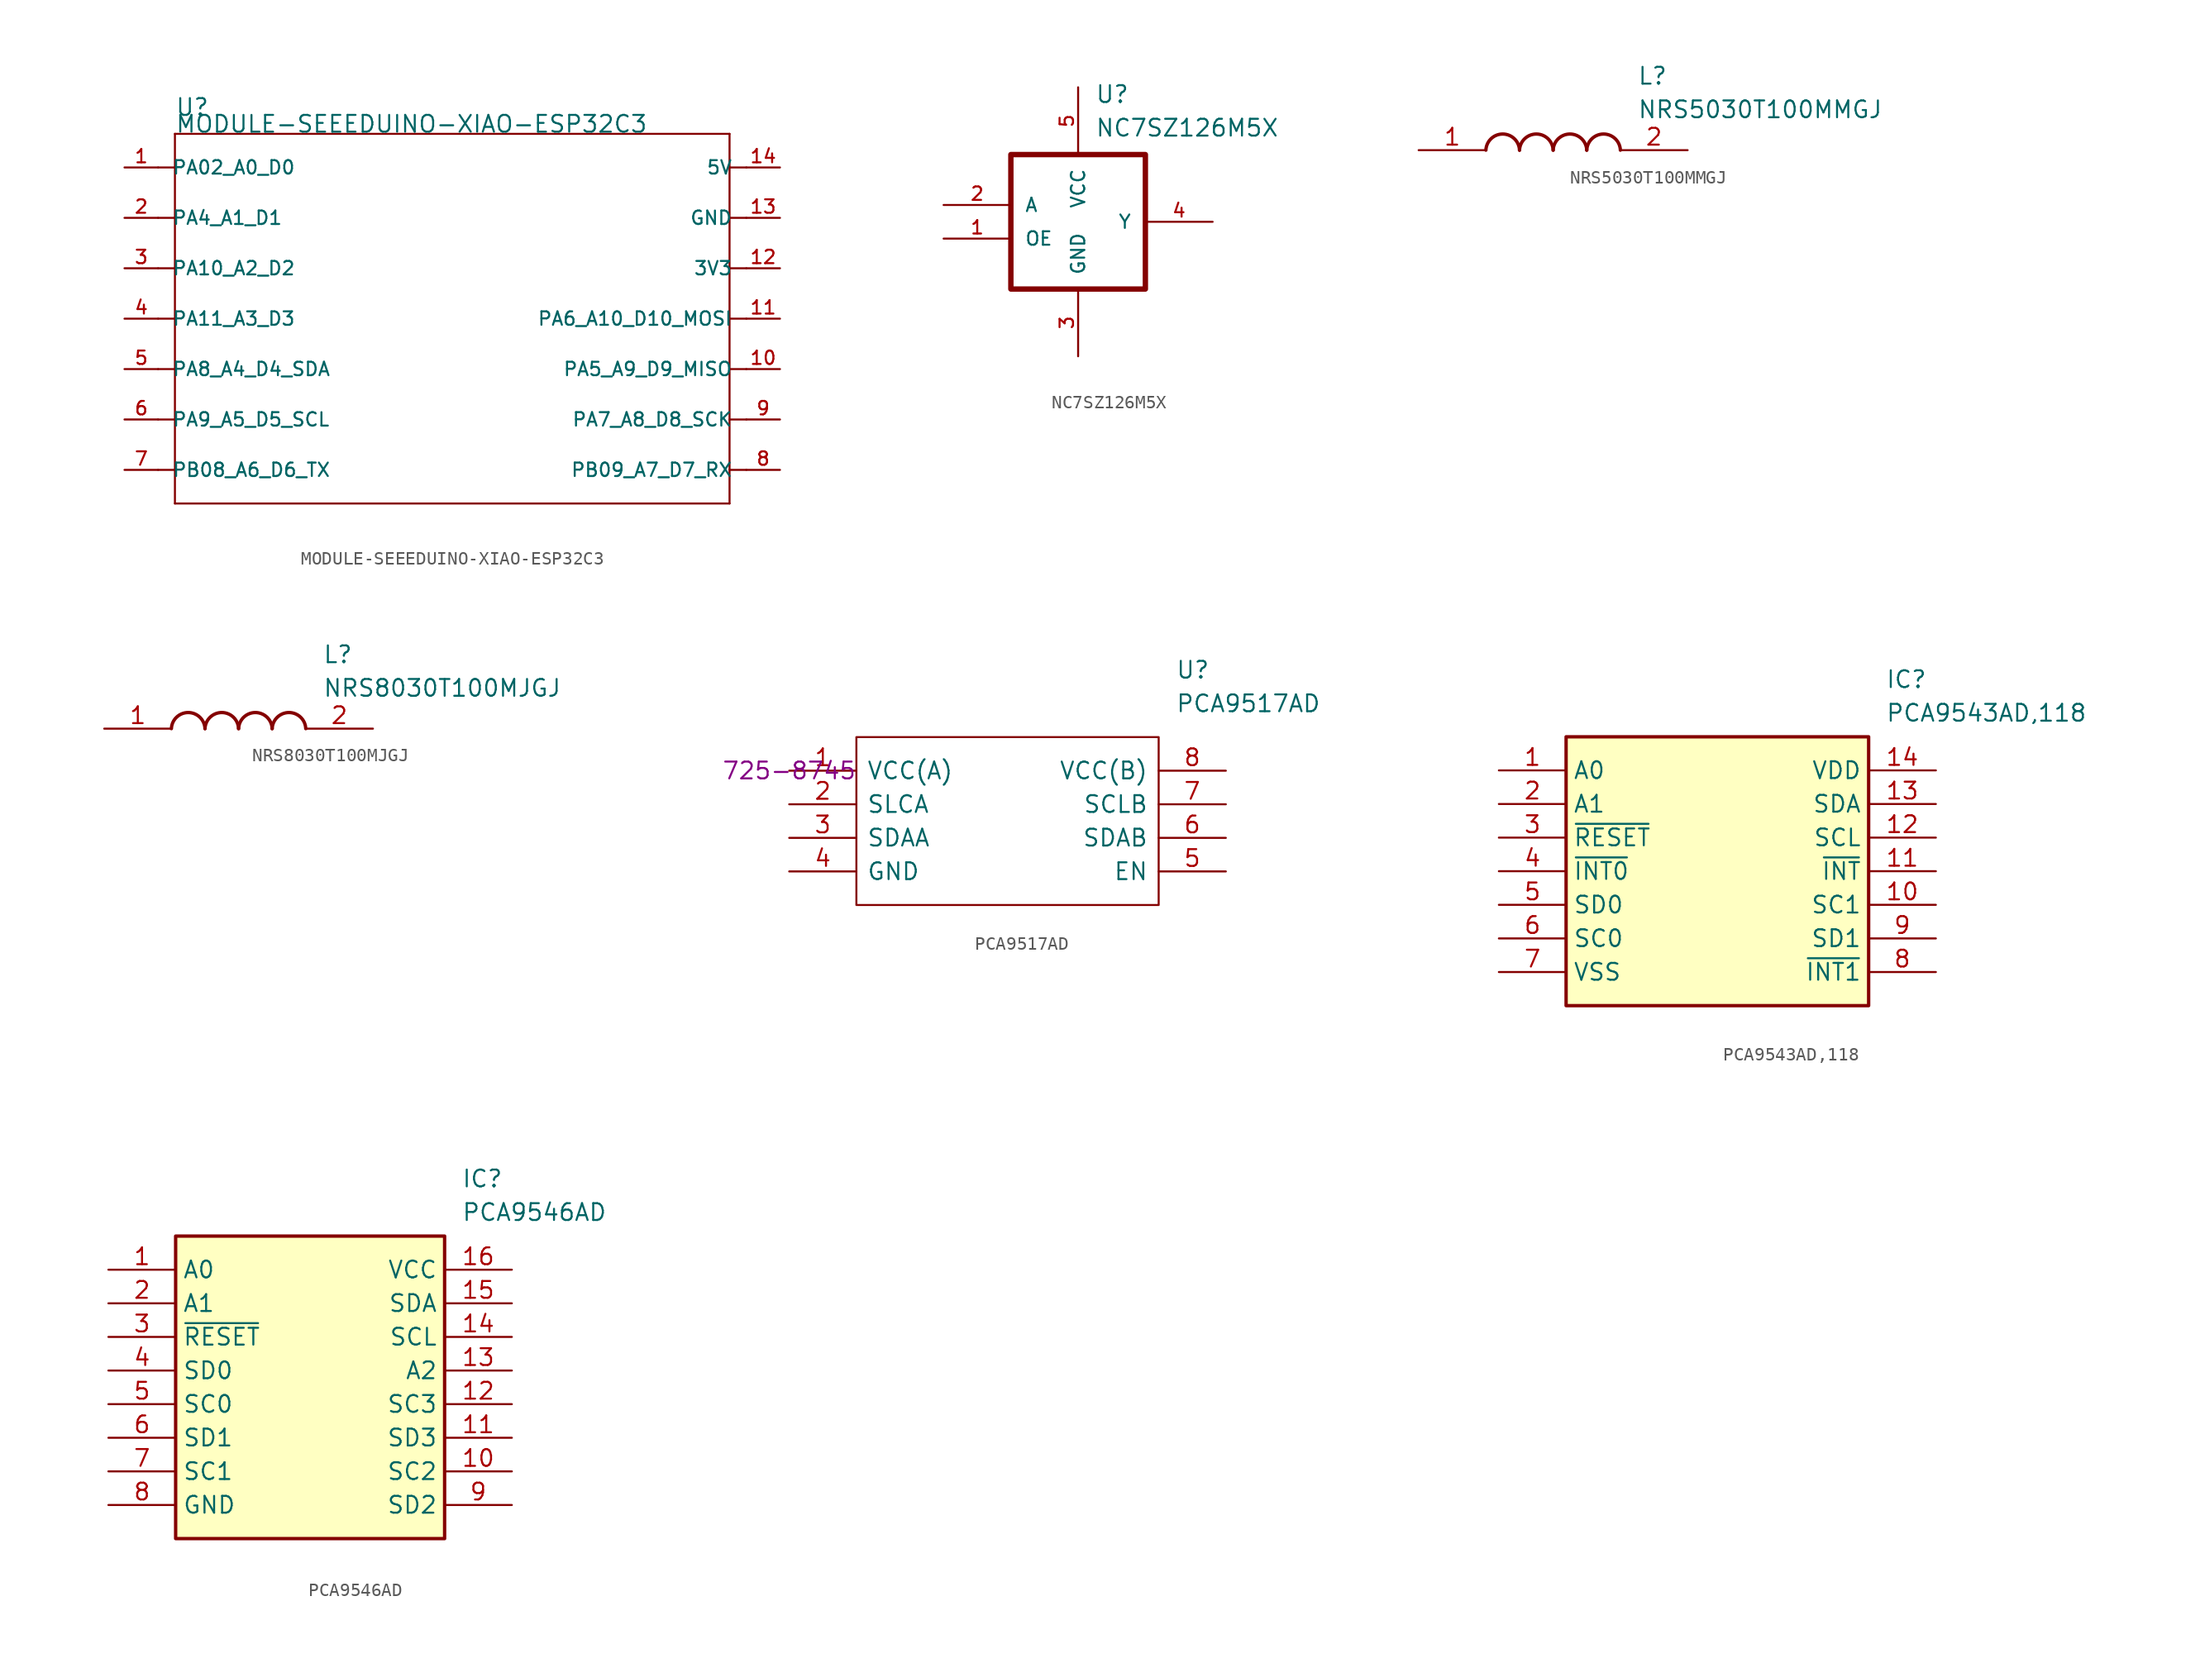
<source format=kicad_sym>
(kicad_symbol_lib
  (version 20231120)
  (generator "kicad_symbol_editor")
  (generator_version "8.0")
  (symbol "MODULE-SEEEDUINO-XIAO-ESP32C3"
    (pin_names
      (offset 1.016))
    (property "Reference" "U"
      (at -21.59 15.24 0)
      (effects (font (size 1.27 1.27)) (justify bottom left)))
    (property "Value" "MODULE-SEEEDUINO-XIAO-ESP32C3"
      (at -21.59 13.97 0)
      (effects (font (size 1.27 1.27)) (justify bottom left)))
    (symbol "MODULE-SEEEDUINO-XIAO-ESP32C3_0_0"
      (polyline (pts (xy -21.59 13.97) (xy 20.32 13.97)) (stroke (width 0.152)))
      (polyline (pts (xy 20.32 13.97) (xy 20.32 11.43)) (stroke (width 0.152)))
      (polyline (pts (xy 20.32 11.43) (xy 20.32 7.62)) (stroke (width 0.152)))
      (polyline (pts (xy 20.32 7.62) (xy 20.32 3.81)) (stroke (width 0.152)))
      (polyline (pts (xy 20.32 3.81) (xy 20.32 -13.97)) (stroke (width 0.152)))
      (polyline (pts (xy 20.32 -13.97) (xy -21.59 -13.97)) (stroke (width 0.152)))
      (polyline (pts (xy -21.59 -13.97) (xy -21.59 0.0)) (stroke (width 0.152)))
      (polyline (pts (xy -21.59 0.0) (xy -21.59 3.81)) (stroke (width 0.152)))
      (polyline (pts (xy -21.59 3.81) (xy -21.59 7.62)) (stroke (width 0.152)))
      (polyline (pts (xy -21.59 7.62) (xy -21.59 11.43)) (stroke (width 0.152)))
      (polyline (pts (xy -21.59 11.43) (xy -21.59 13.97)) (stroke (width 0.152)))
      (polyline (pts (xy -21.59 11.43) (xy -22.86 11.43)) (stroke (width 0.152)))
      (polyline (pts (xy -21.59 7.62) (xy -22.86 7.62)) (stroke (width 0.152)))
      (polyline (pts (xy -21.59 3.81) (xy -22.86 3.81)) (stroke (width 0.152)))
      (polyline (pts (xy -21.59 0.0) (xy -22.86 0.0)) (stroke (width 0.152)))
      (polyline (pts (xy -21.59 -3.81) (xy -22.86 -3.81)) (stroke (width 0.152)))
      (polyline (pts (xy -21.59 -7.62) (xy -22.86 -7.62)) (stroke (width 0.152)))
      (polyline (pts (xy -21.59 -11.43) (xy -22.86 -11.43)) (stroke (width 0.152)))
      (polyline (pts (xy 21.59 0.0) (xy 20.32 0.0)) (stroke (width 0.152)))
      (polyline (pts (xy 21.59 -3.81) (xy 20.32 -3.81)) (stroke (width 0.152)))
      (polyline (pts (xy 21.59 -7.62) (xy 20.32 -7.62)) (stroke (width 0.152)))
      (polyline (pts (xy 21.59 -11.43) (xy 20.32 -11.43)) (stroke (width 0.152)))
      (polyline (pts (xy 21.59 3.81) (xy 20.32 3.81)) (stroke (width 0.152)))
      (polyline (pts (xy 21.59 7.62) (xy 20.32 7.62)) (stroke (width 0.152)))
      (polyline (pts (xy 21.59 11.43) (xy 20.32 11.43)) (stroke (width 0.152)))
      (pin bidirectional line (at -25.4 11.43 0) (length 2.54) (name "PA02_A0_D0" (effects (font (size 1.016 1.016)))) (number "1" (effects (font (size 1.016 1.016)))))
      (pin bidirectional line (at -25.4 7.62 0) (length 2.54) (name "PA4_A1_D1" (effects (font (size 1.016 1.016)))) (number "2" (effects (font (size 1.016 1.016)))))
      (pin bidirectional line (at -25.4 3.81 0) (length 2.54) (name "PA10_A2_D2" (effects (font (size 1.016 1.016)))) (number "3" (effects (font (size 1.016 1.016)))))
      (pin bidirectional line (at -25.4 0.0 0) (length 2.54) (name "PA11_A3_D3" (effects (font (size 1.016 1.016)))) (number "4" (effects (font (size 1.016 1.016)))))
      (pin bidirectional line (at -25.4 -3.81 0) (length 2.54) (name "PA8_A4_D4_SDA" (effects (font (size 1.016 1.016)))) (number "5" (effects (font (size 1.016 1.016)))))
      (pin bidirectional line (at -25.4 -7.62 0) (length 2.54) (name "PA9_A5_D5_SCL" (effects (font (size 1.016 1.016)))) (number "6" (effects (font (size 1.016 1.016)))))
      (pin bidirectional line (at -25.4 -11.43 0) (length 2.54) (name "PB08_A6_D6_TX" (effects (font (size 1.016 1.016)))) (number "7" (effects (font (size 1.016 1.016)))))
      (pin bidirectional line (at 24.13 -11.43 180.0) (length 2.54) (name "PB09_A7_D7_RX" (effects (font (size 1.016 1.016)))) (number "8" (effects (font (size 1.016 1.016)))))
      (pin bidirectional line (at 24.13 -7.62 180.0) (length 2.54) (name "PA7_A8_D8_SCK" (effects (font (size 1.016 1.016)))) (number "9" (effects (font (size 1.016 1.016)))))
      (pin bidirectional line (at 24.13 -3.81 180.0) (length 2.54) (name "PA5_A9_D9_MISO" (effects (font (size 1.016 1.016)))) (number "10" (effects (font (size 1.016 1.016)))))
      (pin bidirectional line (at 24.13 0.0 180.0) (length 2.54) (name "PA6_A10_D10_MOSI" (effects (font (size 1.016 1.016)))) (number "11" (effects (font (size 1.016 1.016)))))
      (pin bidirectional line (at 24.13 3.81 180.0) (length 2.54) (name "3V3" (effects (font (size 1.016 1.016)))) (number "12" (effects (font (size 1.016 1.016)))))
      (pin bidirectional line (at 24.13 7.62 180.0) (length 2.54) (name "GND" (effects (font (size 1.016 1.016)))) (number "13" (effects (font (size 1.016 1.016)))))
      (pin bidirectional line (at 24.13 11.43 180.0) (length 2.54) (name "5V" (effects (font (size 1.016 1.016)))) (number "14" (effects (font (size 1.016 1.016)))))))
  (symbol "NC7SZ126M5X"
    (pin_names
      (offset 1.016))
    (property "Reference" "U"
      (at 1.27 8.89 0)
      (effects (font (size 1.27 1.27)) (justify left bottom)))
    (property "Value" "NC7SZ126M5X"
      (at 1.27 6.35 0)
      (effects (font (size 1.27 1.27)) (justify left bottom)))
    (property "ki_locked" ""
      (at 0 0 0)
      (effects (font (size 1.27 1.27))))
    (symbol "NC7SZ126M5X_0_0"
      (pin input line (at -10.16 -1.27 0) (length 5.08) (name "OE" (effects (font (size 1.016 1.016)))) (number "1" (effects (font (size 1.016 1.016)))))
      (pin input line (at -10.16 1.27 0) (length 5.08) (name "A" (effects (font (size 1.016 1.016)))) (number "2" (effects (font (size 1.016 1.016)))))
      (pin passive line (at 0 -10.16 90) (length 5.08) (name "GND" (effects (font (size 1.016 1.016)))) (number "3" (effects (font (size 1.016 1.016)))))
      (pin output line (at 10.16 0 180) (length 5.08) (name "Y" (effects (font (size 1.016 1.016)))) (number "4" (effects (font (size 1.016 1.016)))))
      (pin power_in line (at 0 10.16 270) (length 5.08) (name "VCC" (effects (font (size 1.016 1.016)))) (number "5" (effects (font (size 1.016 1.016))))))
    (symbol "NC7SZ126M5X_0_1"
      (rectangle (start -5.08 -5.08) (end 5.08 5.08) (stroke (width 0.406) (type default)) (fill (type none)))))
  (symbol "NRS5030T100MMGJ"
    (pin_names hide)
    (property "Reference" "L"
      (at 16.51 6.35 0)
      (effects (font (size 1.27 1.27)) (justify left top)))
    (property "Value" "NRS5030T100MMGJ"
      (at 16.51 3.81 0)
      (effects (font (size 1.27 1.27)) (justify left top)))
    (arc
      (start 7.62 0)
      (mid 6.35 1.219)
      (end 5.08 0)
      (stroke (width 0.254) (type default))
      (fill (type none)))
    (arc
      (start 10.16 0)
      (mid 8.89 1.219)
      (end 7.62 0)
      (stroke (width 0.254) (type default))
      (fill (type none)))
    (arc
      (start 12.7 0)
      (mid 11.43 1.219)
      (end 10.16 0)
      (stroke (width 0.254) (type default))
      (fill (type none)))
    (arc
      (start 15.24 0)
      (mid 13.97 1.219)
      (end 12.7 0)
      (stroke (width 0.254) (type default))
      (fill (type none)))
    (pin passive line
      (at 0 0 0)
      (length 5.08)
      (name "1" (effects (font (size 1.27 1.27))))
      (number "1" (effects (font (size 1.27 1.27)))))
    (pin passive line
      (at 20.32 0 180)
      (length 5.08)
      (name "2" (effects (font (size 1.27 1.27))))
      (number "2" (effects (font (size 1.27 1.27))))))
  (symbol "NRS8030T100MJGJ"
    (pin_names hide)
    (property "Reference" "L"
      (at 16.51 6.35 0)
      (effects (font (size 1.27 1.27)) (justify left top)))
    (property "Value" "NRS8030T100MJGJ"
      (at 16.51 3.81 0)
      (effects (font (size 1.27 1.27)) (justify left top)))
    (arc
      (start 7.62 0)
      (mid 6.35 1.219)
      (end 5.08 0)
      (stroke (width 0.254) (type default))
      (fill (type none)))
    (arc
      (start 10.16 0)
      (mid 8.89 1.219)
      (end 7.62 0)
      (stroke (width 0.254) (type default))
      (fill (type none)))
    (arc
      (start 12.7 0)
      (mid 11.43 1.219)
      (end 10.16 0)
      (stroke (width 0.254) (type default))
      (fill (type none)))
    (arc
      (start 15.24 0)
      (mid 13.97 1.219)
      (end 12.7 0)
      (stroke (width 0.254) (type default))
      (fill (type none)))
    (pin passive line
      (at 0 0 0)
      (length 5.08)
      (name "1" (effects (font (size 1.27 1.27))))
      (number "1" (effects (font (size 1.27 1.27)))))
    (pin passive line
      (at 20.32 0 180)
      (length 5.08)
      (name "2" (effects (font (size 1.27 1.27))))
      (number "2" (effects (font (size 1.27 1.27))))))
  (symbol "PCA9517AD"
    (pin_names
      (offset 0.762))
    (property "Reference" "U"
      (at 29.21 7.62 0)
      (effects (font (size 1.27 1.27)) (justify left)))
    (property "Value" "PCA9517AD"
      (at 29.21 5.08 0)
      (effects (font (size 1.27 1.27)) (justify left)))
    (property "RS part number" "725-8745"
      (at 0 0 0)
      (effects (font (size 1.27 1.27))))
    (symbol "PCA9517AD_0_0"
      (pin power_in line (at 0 0 0) (length 5.08) (name "VCC(A)" (effects (font (size 1.27 1.27)))) (number "1" (effects (font (size 1.27 1.27)))))
      (pin bidirectional line (at 0 -2.54 0) (length 5.08) (name "SLCA" (effects (font (size 1.27 1.27)))) (number "2" (effects (font (size 1.27 1.27)))))
      (pin bidirectional line (at 0 -5.08 0) (length 5.08) (name "SDAA" (effects (font (size 1.27 1.27)))) (number "3" (effects (font (size 1.27 1.27)))))
      (pin power_in line (at 0 -7.62 0) (length 5.08) (name "GND" (effects (font (size 1.27 1.27)))) (number "4" (effects (font (size 1.27 1.27)))))
      (pin input line (at 33.02 -7.62 180) (length 5.08) (name "EN" (effects (font (size 1.27 1.27)))) (number "5" (effects (font (size 1.27 1.27)))))
      (pin bidirectional line (at 33.02 -5.08 180) (length 5.08) (name "SDAB" (effects (font (size 1.27 1.27)))) (number "6" (effects (font (size 1.27 1.27)))))
      (pin bidirectional line (at 33.02 -2.54 180) (length 5.08) (name "SCLB" (effects (font (size 1.27 1.27)))) (number "7" (effects (font (size 1.27 1.27)))))
      (pin power_in line (at 33.02 0 180) (length 5.08) (name "VCC(B)" (effects (font (size 1.27 1.27)))) (number "8" (effects (font (size 1.27 1.27))))))
    (symbol "PCA9517AD_0_1"
      (polyline (pts (xy 5.08 2.54) (xy 27.94 2.54) (xy 27.94 -10.16) (xy 5.08 -10.16) (xy 5.08 2.54)) (stroke (width 0.152) (type default)) (fill (type none)))))
  (symbol "PCA9543AD,118"
    (property "Reference" "IC"
      (at 29.21 7.62 0)
      (effects (font (size 1.27 1.27)) (justify left top)))
    (property "Value" "PCA9543AD,118"
      (at 29.21 5.08 0)
      (effects (font (size 1.27 1.27)) (justify left top)))
    (rectangle
      (start 5.08 2.54)
      (end 27.94 -17.78)
      (stroke (width 0.254) (type default))
      (fill (type background)))
    (pin passive line
      (at 0 0 0)
      (length 5.08)
      (name "A0" (effects (font (size 1.27 1.27))))
      (number "1" (effects (font (size 1.27 1.27)))))
    (pin passive line
      (at 0 -2.54 0)
      (length 5.08)
      (name "A1" (effects (font (size 1.27 1.27))))
      (number "2" (effects (font (size 1.27 1.27)))))
    (pin passive line
      (at 0 -5.08 0)
      (length 5.08)
      (name "~{RESET}" (effects (font (size 1.27 1.27))))
      (number "3" (effects (font (size 1.27 1.27)))))
    (pin passive line
      (at 0 -7.62 0)
      (length 5.08)
      (name "~{INT0}" (effects (font (size 1.27 1.27))))
      (number "4" (effects (font (size 1.27 1.27)))))
    (pin passive line
      (at 0 -10.16 0)
      (length 5.08)
      (name "SD0" (effects (font (size 1.27 1.27))))
      (number "5" (effects (font (size 1.27 1.27)))))
    (pin passive line
      (at 0 -12.7 0)
      (length 5.08)
      (name "SC0" (effects (font (size 1.27 1.27))))
      (number "6" (effects (font (size 1.27 1.27)))))
    (pin passive line
      (at 0 -15.24 0)
      (length 5.08)
      (name "VSS" (effects (font (size 1.27 1.27))))
      (number "7" (effects (font (size 1.27 1.27)))))
    (pin passive line
      (at 33.02 0 180)
      (length 5.08)
      (name "VDD" (effects (font (size 1.27 1.27))))
      (number "14" (effects (font (size 1.27 1.27)))))
    (pin passive line
      (at 33.02 -2.54 180)
      (length 5.08)
      (name "SDA" (effects (font (size 1.27 1.27))))
      (number "13" (effects (font (size 1.27 1.27)))))
    (pin passive line
      (at 33.02 -5.08 180)
      (length 5.08)
      (name "SCL" (effects (font (size 1.27 1.27))))
      (number "12" (effects (font (size 1.27 1.27)))))
    (pin passive line
      (at 33.02 -7.62 180)
      (length 5.08)
      (name "~{INT}" (effects (font (size 1.27 1.27))))
      (number "11" (effects (font (size 1.27 1.27)))))
    (pin passive line
      (at 33.02 -10.16 180)
      (length 5.08)
      (name "SC1" (effects (font (size 1.27 1.27))))
      (number "10" (effects (font (size 1.27 1.27)))))
    (pin passive line
      (at 33.02 -12.7 180)
      (length 5.08)
      (name "SD1" (effects (font (size 1.27 1.27))))
      (number "9" (effects (font (size 1.27 1.27)))))
    (pin passive line
      (at 33.02 -15.24 180)
      (length 5.08)
      (name "~{INT1}" (effects (font (size 1.27 1.27))))
      (number "8" (effects (font (size 1.27 1.27))))))
  (symbol "PCA9546AD"
    (property "Reference" "IC"
      (at 26.67 7.62 0)
      (effects (font (size 1.27 1.27)) (justify left top)))
    (property "Value" "PCA9546AD"
      (at 26.67 5.08 0)
      (effects (font (size 1.27 1.27)) (justify left top)))
    (symbol "PCA9546AD_1_1"
      (rectangle (start 5.08 2.54) (end 25.4 -20.32) (stroke (width 0.254) (type default)) (fill (type background)))
      (pin passive line (at 0 0 0) (length 5.08) (name "A0" (effects (font (size 1.27 1.27)))) (number "1" (effects (font (size 1.27 1.27)))))
      (pin passive line (at 30.48 -15.24 180) (length 5.08) (name "SC2" (effects (font (size 1.27 1.27)))) (number "10" (effects (font (size 1.27 1.27)))))
      (pin passive line (at 30.48 -12.7 180) (length 5.08) (name "SD3" (effects (font (size 1.27 1.27)))) (number "11" (effects (font (size 1.27 1.27)))))
      (pin passive line (at 30.48 -10.16 180) (length 5.08) (name "SC3" (effects (font (size 1.27 1.27)))) (number "12" (effects (font (size 1.27 1.27)))))
      (pin passive line (at 30.48 -7.62 180) (length 5.08) (name "A2" (effects (font (size 1.27 1.27)))) (number "13" (effects (font (size 1.27 1.27)))))
      (pin passive line (at 30.48 -5.08 180) (length 5.08) (name "SCL" (effects (font (size 1.27 1.27)))) (number "14" (effects (font (size 1.27 1.27)))))
      (pin passive line (at 30.48 -2.54 180) (length 5.08) (name "SDA" (effects (font (size 1.27 1.27)))) (number "15" (effects (font (size 1.27 1.27)))))
      (pin passive line (at 30.48 0 180) (length 5.08) (name "VCC" (effects (font (size 1.27 1.27)))) (number "16" (effects (font (size 1.27 1.27)))))
      (pin passive line (at 0 -2.54 0) (length 5.08) (name "A1" (effects (font (size 1.27 1.27)))) (number "2" (effects (font (size 1.27 1.27)))))
      (pin passive line (at 0 -5.08 0) (length 5.08) (name "~{RESET}" (effects (font (size 1.27 1.27)))) (number "3" (effects (font (size 1.27 1.27)))))
      (pin passive line (at 0 -7.62 0) (length 5.08) (name "SD0" (effects (font (size 1.27 1.27)))) (number "4" (effects (font (size 1.27 1.27)))))
      (pin passive line (at 0 -10.16 0) (length 5.08) (name "SC0" (effects (font (size 1.27 1.27)))) (number "5" (effects (font (size 1.27 1.27)))))
      (pin passive line (at 0 -12.7 0) (length 5.08) (name "SD1" (effects (font (size 1.27 1.27)))) (number "6" (effects (font (size 1.27 1.27)))))
      (pin passive line (at 0 -15.24 0) (length 5.08) (name "SC1" (effects (font (size 1.27 1.27)))) (number "7" (effects (font (size 1.27 1.27)))))
      (pin passive line (at 0 -17.78 0) (length 5.08) (name "GND" (effects (font (size 1.27 1.27)))) (number "8" (effects (font (size 1.27 1.27)))))
      (pin passive line (at 30.48 -17.78 180) (length 5.08) (name "SD2" (effects (font (size 1.27 1.27)))) (number "9" (effects (font (size 1.27 1.27))))))))
</source>
